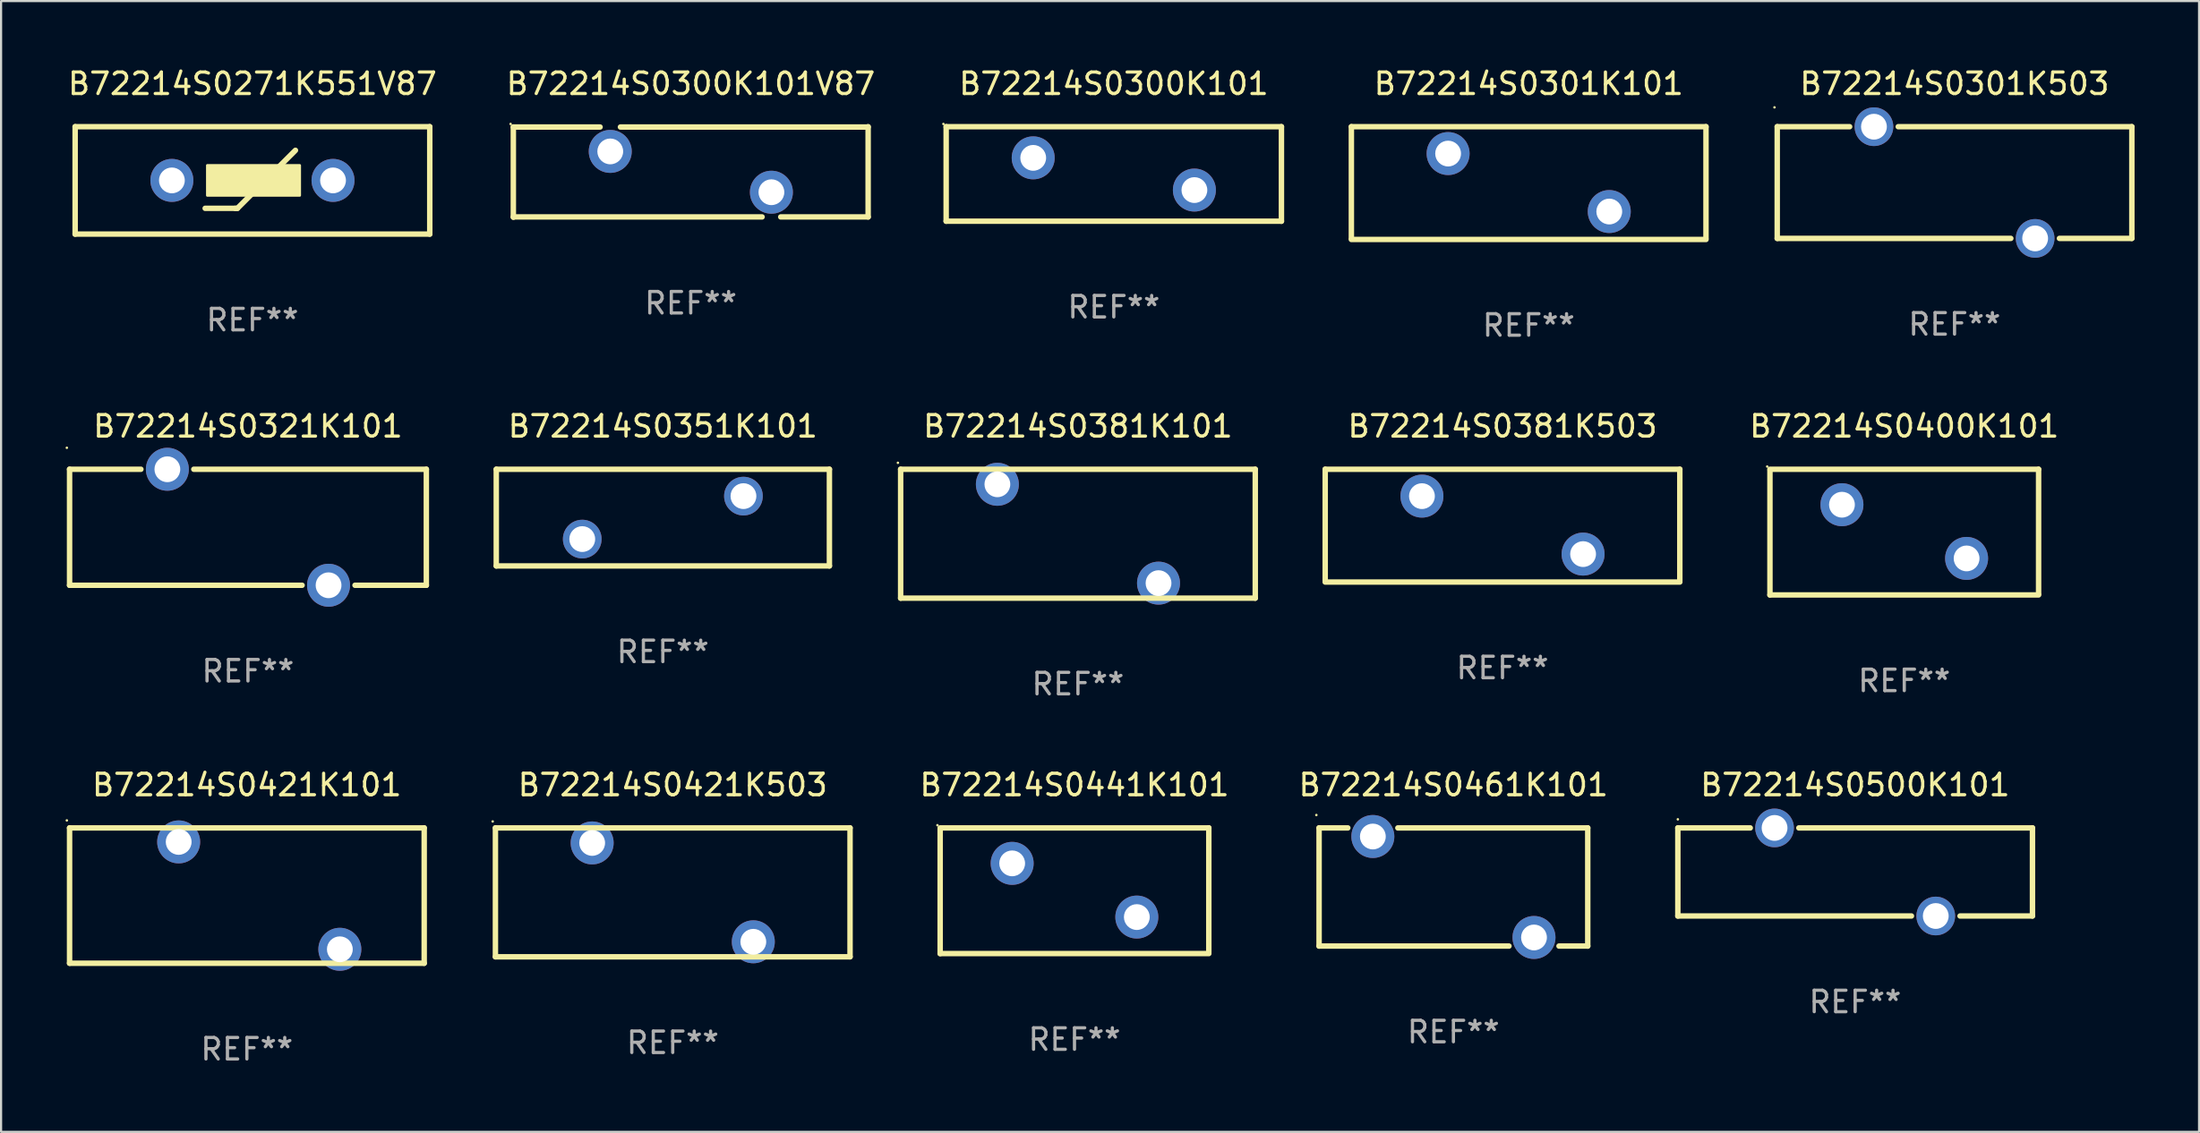
<source format=kicad_pcb>
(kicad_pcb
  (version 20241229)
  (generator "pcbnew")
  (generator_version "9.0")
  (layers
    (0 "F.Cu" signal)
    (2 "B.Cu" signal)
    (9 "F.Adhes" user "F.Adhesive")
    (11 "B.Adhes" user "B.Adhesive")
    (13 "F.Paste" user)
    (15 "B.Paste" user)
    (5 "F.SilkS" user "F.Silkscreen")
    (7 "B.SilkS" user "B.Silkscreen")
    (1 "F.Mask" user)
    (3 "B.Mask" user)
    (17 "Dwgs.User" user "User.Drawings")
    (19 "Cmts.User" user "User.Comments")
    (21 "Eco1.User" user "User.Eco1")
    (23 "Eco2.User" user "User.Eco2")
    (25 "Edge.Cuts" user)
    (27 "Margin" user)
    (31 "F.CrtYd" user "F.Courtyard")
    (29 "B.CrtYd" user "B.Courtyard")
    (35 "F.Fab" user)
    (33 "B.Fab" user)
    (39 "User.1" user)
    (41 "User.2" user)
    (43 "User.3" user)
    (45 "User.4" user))
  (footprint "B72214S0321K101"
    (layer "F.Cu")
    (at 8.487 21.495)
    (property "Reference" "B72214S0321K101" (at 0 -4.7 0) (layer "F.SilkS") (effects (font (size 1 1) (thickness 0.15))))
    (attr through_hole)
    (fp_line (start -8.3 -2.7) (end -8.3 2.7) (stroke (width 0.254) (type solid)) (layer "F.SilkS"))
    (fp_line (start -8.3 -2.7) (end -4.981 -2.7) (stroke (width 0.254) (type solid)) (layer "F.SilkS"))
    (fp_line (start -8.3 2.7) (end 2.519 2.7) (stroke (width 0.254) (type solid)) (layer "F.SilkS"))
    (fp_line (start -2.519 -2.7) (end 8.3 -2.7) (stroke (width 0.254) (type solid)) (layer "F.SilkS"))
    (fp_line (start 4.981 2.7) (end 8.3 2.7) (stroke (width 0.254) (type solid)) (layer "F.SilkS"))
    (fp_line (start 8.3 -2.7) (end 8.3 2.7) (stroke (width 0.254) (type solid)) (layer "F.SilkS"))
    (fp_circle (center -8.427 -3.7) (end -8.397 -3.7) (stroke (width 0.06) (type solid)) (fill no) (layer "F.SilkS"))
    (fp_text user "REF**" (at 0 6.7 0) (layer "F.Fab") (effects (font (size 1 1) (thickness 0.15))))
    (pad "1" thru_hole circle (at -3.75 -2.7) (size 2 2) (drill 1.2) (layers "*.Cu" "*.Mask"))
    (pad "2" thru_hole circle (at 3.75 2.7) (size 2 2) (drill 1.2) (layers "*.Cu" "*.Mask")))
  (footprint "B72214S0301K101"
    (layer "F.Cu")
    (at 68.077 5.473)
    (property "Reference" "B72214S0301K101" (at 0 -4.625 0) (layer "F.SilkS") (effects (font (size 1 1) (thickness 0.15))))
    (attr through_hole)
    (fp_line (start -8.25 -2.625) (end 8.25 -2.625) (stroke (width 0.254) (type solid)) (layer "F.SilkS"))
    (fp_line (start -8.25 2.577) (end -8.25 -2.625) (stroke (width 0.254) (type solid)) (layer "F.SilkS"))
    (fp_line (start 8.25 -2.625) (end 8.25 2.575) (stroke (width 0.254) (type solid)) (layer "F.SilkS"))
    (fp_line (start 8.25 2.625) (end -8.25 2.625) (stroke (width 0.254) (type solid)) (layer "F.SilkS"))
    (fp_circle (center -8.25 -2.625) (end -8.22 -2.625) (stroke (width 0.06) (type solid)) (fill no) (layer "F.SilkS"))
    (fp_text user "REF**" (at 0 6.625 0) (layer "F.Fab") (effects (font (size 1 1) (thickness 0.15))))
    (pad "1" thru_hole circle (at -3.749 -1.374) (size 2 2) (drill 1.2) (layers "*.Cu" "*.Mask"))
    (pad "2" thru_hole circle (at 3.749 1.324) (size 2 2) (drill 1.2) (layers "*.Cu" "*.Mask")))
  (footprint "B72214S0500K101"
    (layer "F.Cu")
    (at 83.267 37.541)
    (property "Reference" "B72214S0500K101" (at 0 -4.05 0) (layer "F.SilkS") (effects (font (size 1 1) (thickness 0.15))))
    (attr through_hole)
    (fp_line (start -8.25 -2.05) (end -4.881 -2.05) (stroke (width 0.254) (type solid)) (layer "F.SilkS"))
    (fp_line (start -8.25 2.05) (end -8.25 -2.05) (stroke (width 0.254) (type solid)) (layer "F.SilkS"))
    (fp_line (start -8.25 2.05) (end 2.619 2.05) (stroke (width 0.254) (type solid)) (layer "F.SilkS"))
    (fp_line (start 4.881 2.05) (end 8.25 2.05) (stroke (width 0.254) (type solid)) (layer "F.SilkS"))
    (fp_line (start 8.25 -2.05) (end -2.619 -2.05) (stroke (width 0.254) (type solid)) (layer "F.SilkS"))
    (fp_line (start 8.25 -2.05) (end 8.25 2.05) (stroke (width 0.254) (type solid)) (layer "F.SilkS"))
    (fp_circle (center -8.25 -2.45) (end -8.22 -2.45) (stroke (width 0.06) (type solid)) (fill no) (layer "F.SilkS"))
    (fp_text user "REF**" (at 0 6.05 0) (layer "F.Fab") (effects (font (size 1 1) (thickness 0.15))))
    (pad "1" thru_hole circle (at -3.75 -2.05) (size 1.8 1.8) (drill 1.2) (layers "*.Cu" "*.Mask"))
    (pad "2" thru_hole circle (at 3.75 2.05) (size 1.8 1.8) (drill 1.2) (layers "*.Cu" "*.Mask")))
  (footprint "B72214S0300K101"
    (layer "F.Cu")
    (at 48.773 5.048)
    (property "Reference" "B72214S0300K101" (at 0 -4.2 0) (layer "F.SilkS") (effects (font (size 1 1) (thickness 0.15))))
    (attr through_hole)
    (fp_line (start -7.8 -2.2) (end -7.8 2.2) (stroke (width 0.254) (type solid)) (layer "F.SilkS"))
    (fp_line (start -7.8 -2.2) (end 7.8 -2.2) (stroke (width 0.254) (type solid)) (layer "F.SilkS"))
    (fp_line (start -7.8 2.2) (end 7.8 2.2) (stroke (width 0.254) (type solid)) (layer "F.SilkS"))
    (fp_line (start 7.8 -2.2) (end 7.8 2.2) (stroke (width 0.254) (type solid)) (layer "F.SilkS"))
    (fp_circle (center -7.927 -2.327) (end -7.897 -2.327) (stroke (width 0.06) (type solid)) (fill no) (layer "F.SilkS"))
    (fp_text user "REF**" (at 0 6.2 0) (layer "F.Fab") (effects (font (size 1 1) (thickness 0.15))))
    (pad "1" thru_hole circle (at -3.75 -0.75) (size 2 2) (drill 1.2) (layers "*.Cu" "*.Mask"))
    (pad "2" thru_hole circle (at 3.75 0.75) (size 2 2) (drill 1.2) (layers "*.Cu" "*.Mask")))
  (footprint "B72214S0461K101"
    (layer "F.Cu")
    (at 64.575 38.241)
    (property "Reference" "B72214S0461K101" (at 0 -4.75 0) (layer "F.SilkS") (effects (font (size 1 1) (thickness 0.15))))
    (attr through_hole)
    (fp_line (start -6.25 -2.75) (end -4.913 -2.75) (stroke (width 0.254) (type solid)) (layer "F.SilkS"))
    (fp_line (start -6.25 2.75) (end -6.25 -2.75) (stroke (width 0.254) (type solid)) (layer "F.SilkS"))
    (fp_line (start -2.585 -2.75) (end 6.25 -2.75) (stroke (width 0.254) (type solid)) (layer "F.SilkS"))
    (fp_line (start 2.585 2.75) (end -6.25 2.75) (stroke (width 0.254) (type solid)) (layer "F.SilkS"))
    (fp_line (start 6.25 -2.75) (end 6.25 2.75) (stroke (width 0.254) (type solid)) (layer "F.SilkS"))
    (fp_line (start 6.25 2.75) (end 4.913 2.75) (stroke (width 0.254) (type solid)) (layer "F.SilkS"))
    (fp_circle (center -6.377 -3.35) (end -6.347 -3.35) (stroke (width 0.06) (type solid)) (fill no) (layer "F.SilkS"))
    (fp_text user "REF**" (at 0 6.75 0) (layer "F.Fab") (effects (font (size 1 1) (thickness 0.15))))
    (pad "1" thru_hole circle (at -3.749 -2.35) (size 2 2) (drill 1.2) (layers "*.Cu" "*.Mask"))
    (pad "2" thru_hole circle (at 3.749 2.35) (size 2 2) (drill 1.2) (layers "*.Cu" "*.Mask")))
  (footprint "B72214S0381K503"
    (layer "F.Cu")
    (at 66.859 21.42)
    (property "Reference" "B72214S0381K503" (at 0 -4.625 0) (layer "F.SilkS") (effects (font (size 1 1) (thickness 0.15))))
    (attr through_hole)
    (fp_line (start -8.25 -2.625) (end 8.25 -2.625) (stroke (width 0.254) (type solid)) (layer "F.SilkS"))
    (fp_line (start -8.25 2.577) (end -8.25 -2.625) (stroke (width 0.254) (type solid)) (layer "F.SilkS"))
    (fp_line (start 8.25 -2.625) (end 8.25 2.575) (stroke (width 0.254) (type solid)) (layer "F.SilkS"))
    (fp_line (start 8.25 2.625) (end -8.25 2.625) (stroke (width 0.254) (type solid)) (layer "F.SilkS"))
    (fp_circle (center -8.25 -2.625) (end -8.22 -2.625) (stroke (width 0.06) (type solid)) (fill no) (layer "F.SilkS"))
    (fp_text user "REF**" (at 0 6.625 0) (layer "F.Fab") (effects (font (size 1 1) (thickness 0.15))))
    (pad "1" thru_hole circle (at -3.749 -1.374) (size 2 2) (drill 1.2) (layers "*.Cu" "*.Mask"))
    (pad "2" thru_hole circle (at 3.749 1.324) (size 2 2) (drill 1.2) (layers "*.Cu" "*.Mask")))
  (footprint "B72214S0441K101"
    (layer "F.Cu")
    (at 46.944 38.416)
    (property "Reference" "B72214S0441K101" (at 0 -4.925 0) (layer "F.SilkS") (effects (font (size 1 1) (thickness 0.15))))
    (attr through_hole)
    (fp_line (start -6.25 -2.925) (end 6.25 -2.925) (stroke (width 0.254) (type solid)) (layer "F.SilkS"))
    (fp_line (start -6.25 2.925) (end -6.25 -2.875) (stroke (width 0.254) (type solid)) (layer "F.SilkS"))
    (fp_line (start 6.25 -2.925) (end 6.25 2.875) (stroke (width 0.254) (type solid)) (layer "F.SilkS"))
    (fp_line (start 6.25 2.925) (end -6.25 2.925) (stroke (width 0.254) (type solid)) (layer "F.SilkS"))
    (fp_circle (center -6.377 -3.052) (end -6.347 -3.052) (stroke (width 0.06) (type solid)) (fill no) (layer "F.SilkS"))
    (fp_text user "REF**" (at 0 6.925 0) (layer "F.Fab") (effects (font (size 1 1) (thickness 0.15))))
    (pad "1" thru_hole circle (at -2.9 -1.275) (size 2 2) (drill 1.2) (layers "*.Cu" "*.Mask"))
    (pad "2" thru_hole circle (at 2.9 1.225) (size 2 2) (drill 1.2) (layers "*.Cu" "*.Mask")))
  (footprint "B72214S0421K503"
    (layer "F.Cu")
    (at 28.251 38.491)
    (property "Reference" "B72214S0421K503" (at 0 -5 0) (layer "F.SilkS") (effects (font (size 1 1) (thickness 0.15))))
    (attr through_hole)
    (fp_line (start -8.25 -3) (end 8.25 -3) (stroke (width 0.254) (type solid)) (layer "F.SilkS"))
    (fp_line (start -8.25 3) (end -8.25 -2.999) (stroke (width 0.254) (type solid)) (layer "F.SilkS"))
    (fp_line (start 8.25 -3) (end 8.25 3) (stroke (width 0.254) (type solid)) (layer "F.SilkS"))
    (fp_line (start 8.25 3) (end -8.25 3) (stroke (width 0.254) (type solid)) (layer "F.SilkS"))
    (fp_circle (center -8.377 -3.301) (end -8.347 -3.301) (stroke (width 0.06) (type solid)) (fill no) (layer "F.SilkS"))
    (fp_text user "REF**" (at 0 7 0) (layer "F.Fab") (effects (font (size 1 1) (thickness 0.15))))
    (pad "1" thru_hole circle (at -3.749 -2.301) (size 2 2) (drill 1.2) (layers "*.Cu" "*.Mask"))
    (pad "2" thru_hole circle (at 3.749 2.301) (size 2 2) (drill 1.2) (layers "*.Cu" "*.Mask")))
  (footprint "B72214S0300K101V87"
    (layer "F.Cu")
    (at 29.089 4.956)
    (property "Reference" "B72214S0300K101V87" (at 0 -4.108 0) (layer "F.SilkS") (effects (font (size 1 1) (thickness 0.15))))
    (attr through_hole)
    (fp_line (start -8.254 -2.093) (end -4.219 -2.093) (stroke (width 0.254) (type solid)) (layer "F.SilkS"))
    (fp_line (start -8.254 2.108) (end -8.254 -2.093) (stroke (width 0.254) (type solid)) (layer "F.SilkS"))
    (fp_line (start -3.271 -2.093) (end 8.254 -2.093) (stroke (width 0.254) (type solid)) (layer "F.SilkS"))
    (fp_line (start 3.319 2.092) (end -8.254 2.092) (stroke (width 0.254) (type solid)) (layer "F.SilkS"))
    (fp_line (start 8.254 -2.108) (end 8.254 2.092) (stroke (width 0.254) (type solid)) (layer "F.SilkS"))
    (fp_line (start 8.254 2.092) (end 4.188 2.092) (stroke (width 0.254) (type solid)) (layer "F.SilkS"))
    (fp_circle (center -8.381 -2.235) (end -8.351 -2.235) (stroke (width 0.06) (type solid)) (fill no) (layer "F.SilkS"))
    (fp_text user "REF**" (at 0 6.108 0) (layer "F.Fab") (effects (font (size 1 1) (thickness 0.15))))
    (pad "1" thru_hole circle (at -3.745 -0.958) (size 2 2) (drill 1.2) (layers "*.Cu" "*.Mask"))
    (pad "2" thru_hole circle (at 3.753 0.942) (size 2 2) (drill 1.2) (layers "*.Cu" "*.Mask")))
  (footprint "B72214S0301K503"
    (layer "F.Cu")
    (at 87.891 5.448)
    (property "Reference" "B72214S0301K503" (at 0 -4.6 0) (layer "F.SilkS") (effects (font (size 1 1) (thickness 0.15))))
    (attr through_hole)
    (fp_line (start -8.25 -2.6) (end -4.881 -2.6) (stroke (width 0.254) (type solid)) (layer "F.SilkS"))
    (fp_line (start -8.25 2.6) (end -8.25 -2.6) (stroke (width 0.254) (type solid)) (layer "F.SilkS"))
    (fp_line (start -8.25 2.6) (end 2.619 2.6) (stroke (width 0.254) (type solid)) (layer "F.SilkS"))
    (fp_line (start -2.619 -2.6) (end 8.25 -2.6) (stroke (width 0.254) (type solid)) (layer "F.SilkS"))
    (fp_line (start 4.881 2.6) (end 8.25 2.6) (stroke (width 0.254) (type solid)) (layer "F.SilkS"))
    (fp_line (start 8.25 -2.6) (end 8.25 2.6) (stroke (width 0.254) (type solid)) (layer "F.SilkS"))
    (fp_circle (center -8.377 -3.5) (end -8.347 -3.5) (stroke (width 0.06) (type solid)) (fill no) (layer "F.SilkS"))
    (fp_text user "REF**" (at 0 6.6 0) (layer "F.Fab") (effects (font (size 1 1) (thickness 0.15))))
    (pad "1" thru_hole circle (at -3.75 -2.6) (size 1.8 1.8) (drill 1.2) (layers "*.Cu" "*.Mask"))
    (pad "2" thru_hole circle (at 3.75 2.6) (size 1.8 1.8) (drill 1.2) (layers "*.Cu" "*.Mask")))
  (footprint "B72214S0351K101"
    (layer "F.Cu")
    (at 27.791 21.045)
    (property "Reference" "B72214S0351K101" (at 0 -4.25 0) (layer "F.SilkS") (effects (font (size 1 1) (thickness 0.15))))
    (attr through_hole)
    (fp_line (start -7.75 -2.25) (end 7.75 -2.25) (stroke (width 0.254) (type solid)) (layer "F.SilkS"))
    (fp_line (start -7.75 2.25) (end -7.75 -2.25) (stroke (width 0.254) (type solid)) (layer "F.SilkS"))
    (fp_line (start 7.75 -2.25) (end 7.75 2.25) (stroke (width 0.254) (type solid)) (layer "F.SilkS"))
    (fp_line (start 7.75 2.25) (end -7.75 2.25) (stroke (width 0.254) (type solid)) (layer "F.SilkS"))
    (fp_circle (center -7.75 2.25) (end -7.72 2.25) (stroke (width 0.06) (type solid)) (fill no) (layer "F.SilkS"))
    (fp_text user "REF**" (at 0 6.25 0) (layer "F.Fab") (effects (font (size 1 1) (thickness 0.15))))
    (pad "1" thru_hole circle (at -3.75 1) (size 1.8 1.8) (drill 1.2) (layers "*.Cu" "*.Mask"))
    (pad "2" thru_hole circle (at 3.75 -1) (size 1.8 1.8) (drill 1.2) (layers "*.Cu" "*.Mask")))
  (footprint "B72214S0400K101"
    (layer "F.Cu")
    (at 85.552 21.72)
    (property "Reference" "B72214S0400K101" (at 0 -4.925 0) (layer "F.SilkS") (effects (font (size 1 1) (thickness 0.15))))
    (attr through_hole)
    (fp_line (start -6.25 -2.925) (end 6.25 -2.925) (stroke (width 0.254) (type solid)) (layer "F.SilkS"))
    (fp_line (start -6.25 2.925) (end -6.25 -2.875) (stroke (width 0.254) (type solid)) (layer "F.SilkS"))
    (fp_line (start 6.25 -2.925) (end 6.25 2.875) (stroke (width 0.254) (type solid)) (layer "F.SilkS"))
    (fp_line (start 6.25 2.925) (end -6.25 2.925) (stroke (width 0.254) (type solid)) (layer "F.SilkS"))
    (fp_circle (center -6.377 -3.052) (end -6.347 -3.052) (stroke (width 0.06) (type solid)) (fill no) (layer "F.SilkS"))
    (fp_text user "REF**" (at 0 6.925 0) (layer "F.Fab") (effects (font (size 1 1) (thickness 0.15))))
    (pad "1" thru_hole circle (at -2.9 -1.275) (size 2 2) (drill 1.2) (layers "*.Cu" "*.Mask"))
    (pad "2" thru_hole circle (at 2.9 1.225) (size 2 2) (drill 1.2) (layers "*.Cu" "*.Mask")))
  (footprint "B72214S0381K101"
    (layer "F.Cu")
    (at 47.105 21.795)
    (property "Reference" "B72214S0381K101" (at 0 -5 0) (layer "F.SilkS") (effects (font (size 1 1) (thickness 0.15))))
    (attr through_hole)
    (fp_line (start -8.25 -3) (end 8.25 -3) (stroke (width 0.254) (type solid)) (layer "F.SilkS"))
    (fp_line (start -8.25 3) (end -8.25 -2.999) (stroke (width 0.254) (type solid)) (layer "F.SilkS"))
    (fp_line (start 8.25 -3) (end 8.25 3) (stroke (width 0.254) (type solid)) (layer "F.SilkS"))
    (fp_line (start 8.25 3) (end -8.25 3) (stroke (width 0.254) (type solid)) (layer "F.SilkS"))
    (fp_circle (center -8.377 -3.301) (end -8.347 -3.301) (stroke (width 0.06) (type solid)) (fill no) (layer "F.SilkS"))
    (fp_text user "REF**" (at 0 7 0) (layer "F.Fab") (effects (font (size 1 1) (thickness 0.15))))
    (pad "1" thru_hole circle (at -3.749 -2.301) (size 2 2) (drill 1.2) (layers "*.Cu" "*.Mask"))
    (pad "2" thru_hole circle (at 3.749 2.301) (size 2 2) (drill 1.2) (layers "*.Cu" "*.Mask")))
  (footprint "B72214S0421K101"
    (layer "F.Cu")
    (at 8.437 38.641)
    (property "Reference" "B72214S0421K101" (at 0 -5.15 0) (layer "F.SilkS") (effects (font (size 1 1) (thickness 0.15))))
    (attr through_hole)
    (fp_line (start -8.25 -3.15) (end 8.25 -3.15) (stroke (width 0.254) (type solid)) (layer "F.SilkS"))
    (fp_line (start -8.25 3.149) (end -8.25 -3.15) (stroke (width 0.254) (type solid)) (layer "F.SilkS"))
    (fp_line (start 8.25 -3.15) (end 8.25 3.15) (stroke (width 0.254) (type solid)) (layer "F.SilkS"))
    (fp_line (start 8.25 3.15) (end -8.25 3.15) (stroke (width 0.254) (type solid)) (layer "F.SilkS"))
    (fp_circle (center -8.377 -3.499) (end -8.347 -3.499) (stroke (width 0.06) (type solid)) (fill no) (layer "F.SilkS"))
    (fp_text user "REF**" (at 0 7.15 0) (layer "F.Fab") (effects (font (size 1 1) (thickness 0.15))))
    (pad "1" thru_hole circle (at -3.174 -2.499) (size 2 2) (drill 1.2) (layers "*.Cu" "*.Mask"))
    (pad "2" thru_hole circle (at 4.325 2.5) (size 2 2) (drill 1.2) (layers "*.Cu" "*.Mask")))
  (footprint "B72214S0271K551V87"
    (layer "F.Cu")
    (at 8.696 5.348)
    (property "Reference" "B72214S0271K551V87" (at 0 -4.5 0) (layer "F.SilkS") (effects (font (size 1 1) (thickness 0.15))))
    (attr through_hole)
    (fp_line (start -8.25 -2.5) (end 8.25 -2.5) (stroke (width 0.254) (type solid)) (layer "F.SilkS"))
    (fp_line (start -8.25 2.5) (end -8.25 -2.5) (stroke (width 0.254) (type solid)) (layer "F.SilkS"))
    (fp_line (start -8.25 2.5) (end 8.25 2.5) (stroke (width 0.254) (type solid)) (layer "F.SilkS"))
    (fp_line (start -2.2 1.3) (end -0.8 1.3) (stroke (width 0.254) (type solid)) (layer "F.SilkS"))
    (fp_line (start -0.8 1.3) (end -0.7 1.3) (stroke (width 0.254) (type solid)) (layer "F.SilkS"))
    (fp_line (start -0.7 1.3) (end 2 -1.4) (stroke (width 0.254) (type solid)) (layer "F.SilkS"))
    (fp_line (start 8.25 -2.5) (end 8.25 2.5) (stroke (width 0.254) (type solid)) (layer "F.SilkS"))
    (fp_circle (center -8.25 2.5) (end -8.22 2.5) (stroke (width 0.06) (type solid)) (fill no) (layer "F.SilkS"))
    (fp_poly (pts (xy -2.1 -0.7) (xy 2.2 -0.7) (xy 2.2 0.7) (xy -2.1 0.7)) (stroke (width 0.12) (type solid)) (fill yes) (layer "F.SilkS"))
    (fp_text user "REF**" (at 0 6.5 0) (layer "F.Fab") (effects (font (size 1 1) (thickness 0.15))))
    (pad "1" thru_hole circle (at -3.749 0) (size 2 2) (drill 1.2) (layers "*.Cu" "*.Mask"))
    (pad "2" thru_hole circle (at 3.749 0) (size 2 2) (drill 1.2) (layers "*.Cu" "*.Mask")))
  (gr_rect
    (start -3 -3)
    (end 99.268 49.64)
    (stroke (width 0.1) (type default))
    (fill no)
    (layer "Edge.Cuts")))
</source>
